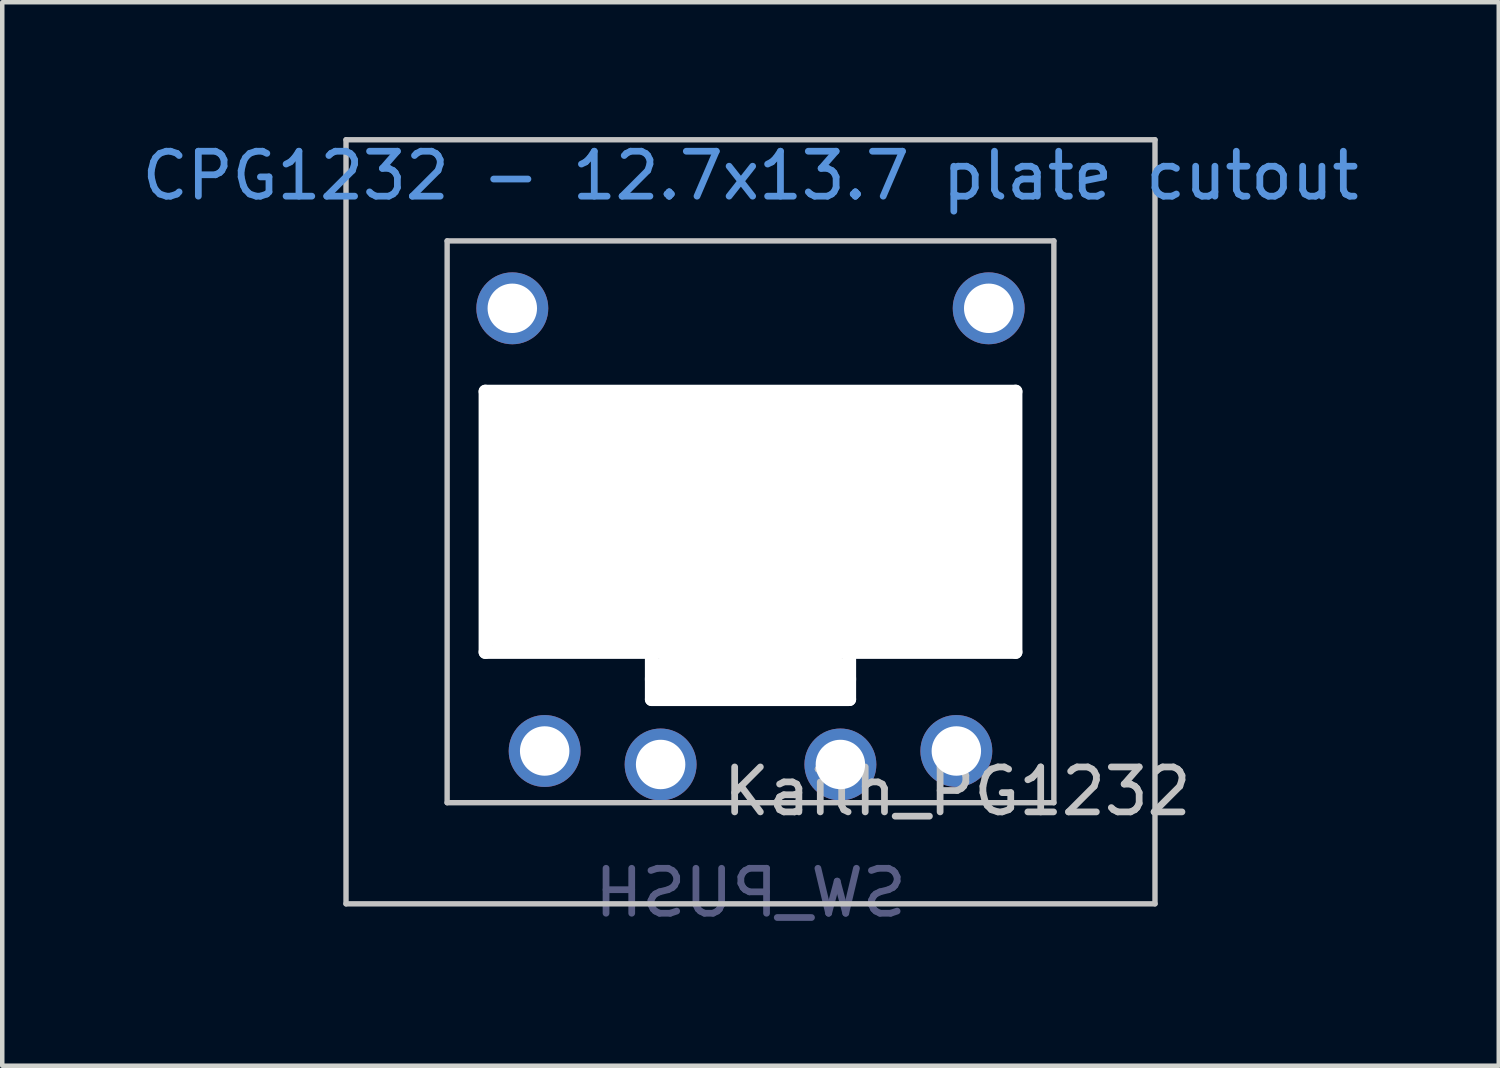
<source format=kicad_pcb>
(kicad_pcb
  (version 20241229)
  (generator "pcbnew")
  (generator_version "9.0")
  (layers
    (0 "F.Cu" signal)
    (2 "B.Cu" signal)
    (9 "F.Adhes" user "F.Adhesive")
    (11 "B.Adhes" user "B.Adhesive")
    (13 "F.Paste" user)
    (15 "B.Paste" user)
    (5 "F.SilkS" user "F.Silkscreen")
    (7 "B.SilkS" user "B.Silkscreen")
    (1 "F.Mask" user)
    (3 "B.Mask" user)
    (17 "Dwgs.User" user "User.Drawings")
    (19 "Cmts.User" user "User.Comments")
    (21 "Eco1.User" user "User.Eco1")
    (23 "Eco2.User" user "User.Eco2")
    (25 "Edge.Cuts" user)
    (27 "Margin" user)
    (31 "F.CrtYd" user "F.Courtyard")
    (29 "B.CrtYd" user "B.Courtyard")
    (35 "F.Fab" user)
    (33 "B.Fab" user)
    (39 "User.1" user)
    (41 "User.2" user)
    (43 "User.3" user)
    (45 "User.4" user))
  (footprint "Kailh_PG1232"
    (layer "F.Cu")
    (at 13.649 8.56)
    (property "Reference" "Kailh_PG1232" (at 4.6 6 180) (layer "Dwgs.User") (effects (font (size 1 1) (thickness 0.15))))
    (property "Value" "SW_PUSH" (at -0.5 6 180) (layer "Dwgs.User") (hide yes) (effects (font (size 1 1) (thickness 0.15))))
    (attr through_hole)
    (fp_line (start -9 -8.5) (end -9 8.5) (stroke (width 0.12) (type solid)) (layer "Dwgs.User"))
    (fp_line (start -9 8.5) (end 9 8.5) (stroke (width 0.12) (type solid)) (layer "Dwgs.User"))
    (fp_line (start -6.75 -6.25) (end 6.75 -6.25) (stroke (width 0.12) (type solid)) (layer "Dwgs.User"))
    (fp_line (start -6.75 6.25) (end -6.75 -6.25) (stroke (width 0.12) (type solid)) (layer "Dwgs.User"))
    (fp_line (start -5.95 -2.95) (end 5.95 -2.95) (stroke (width 0.12) (type solid)) (layer "Dwgs.User"))
    (fp_line (start -5.95 2.95) (end -5.95 -2.95) (stroke (width 0.12) (type solid)) (layer "Dwgs.User"))
    (fp_line (start -2.25 2.95) (end -5.95 2.95) (stroke (width 0.12) (type solid)) (layer "Dwgs.User"))
    (fp_line (start -2.25 2.95) (end -2.25 4) (stroke (width 0.12) (type solid)) (layer "Dwgs.User"))
    (fp_line (start -2.25 4) (end 2.25 4) (stroke (width 0.12) (type solid)) (layer "Dwgs.User"))
    (fp_line (start 2.25 2.95) (end 5.95 2.95) (stroke (width 0.12) (type solid)) (layer "Dwgs.User"))
    (fp_line (start 2.25 4) (end 2.25 2.95) (stroke (width 0.12) (type solid)) (layer "Dwgs.User"))
    (fp_line (start 5.95 -2.95) (end 5.95 2.95) (stroke (width 0.12) (type solid)) (layer "Dwgs.User"))
    (fp_line (start 6.75 -6.25) (end 6.75 6.25) (stroke (width 0.12) (type solid)) (layer "Dwgs.User"))
    (fp_line (start 6.75 6.25) (end -6.75 6.25) (stroke (width 0.12) (type solid)) (layer "Dwgs.User"))
    (fp_line (start 9 -8.5) (end -9 -8.5) (stroke (width 0.12) (type solid)) (layer "Dwgs.User"))
    (fp_line (start 9 8.5) (end 9 -8.5) (stroke (width 0.12) (type solid)) (layer "Dwgs.User"))
    (fp_text user "CPG1232 - 12.7x13.7 plate cutout" (at 0 -7.7 0) (layer "Cmts.User") (effects (font (size 1 1) (thickness 0.15))))
    (fp_text user "${VALUE}" (at 0 8.255 0) (layer "B.Fab") (effects (font (size 1 1) (thickness 0.15)) (justify mirror)))
    (fp_text user "${REFERENCE}" (at 0 0 180) (layer "F.Fab") (effects (font (size 1 1) (thickness 0.15))))
    (pad "" np_thru_hole oval (at -5.9 0 90) (size 6.1 0.3) (drill oval 6.1 0.3) (layers "*.Cu" "*.Mask"))
    (pad "" np_thru_hole oval (at -5.36 0) (size 1 5.9) (drill oval 1 5.9) (layers "*.Cu" "*.Mask"))
    (pad "" np_thru_hole oval (at -4.59 0) (size 1 5.9) (drill oval 1 5.9) (layers "*.Cu" "*.Mask"))
    (pad "" np_thru_hole oval (at -4.2 0) (size 1 5.9) (drill oval 1 5.9) (layers "*.Cu" "*.Mask"))
    (pad "" np_thru_hole oval (at -2.2 3.5 90) (size 1.2 0.3) (drill oval 1.2 0.3) (layers "*.Cu" "*.Mask"))
    (pad "" np_thru_hole oval (at 0 -2.9) (size 12.1 0.3) (drill oval 12.1 0.3) (layers "*.Cu" "*.Mask"))
    (pad "" np_thru_hole oval (at 0 0) (size 11.85 5.9) (drill oval 11.85 5.9) (layers "*.Cu" "*.Mask"))
    (pad "" np_thru_hole oval (at 0 2.9) (size 12.1 0.3) (drill oval 12.1 0.3) (layers "*.Cu" "*.Mask"))
    (pad "" np_thru_hole oval (at 0 3.5) (size 4.7 1) (drill oval 4.7 1) (layers "*.Cu" "*.Mask"))
    (pad "" np_thru_hole oval (at 0 3.95) (size 4.7 0.3) (drill oval 4.7 0.3) (layers "*.Cu" "*.Mask"))
    (pad "" np_thru_hole oval (at 2.2 3.5 90) (size 1.2 0.3) (drill oval 1.2 0.3) (layers "*.Cu" "*.Mask"))
    (pad "" np_thru_hole oval (at 4.2 0) (size 1 5.9) (drill oval 1 5.9) (layers "*.Cu" "*.Mask"))
    (pad "" np_thru_hole oval (at 4.59 0) (size 1 5.9) (drill oval 1 5.9) (layers "*.Cu" "*.Mask"))
    (pad "" np_thru_hole oval (at 5.36 0) (size 1 5.9) (drill oval 1 5.9) (layers "*.Cu" "*.Mask"))
    (pad "" np_thru_hole oval (at 5.9 0 90) (size 6.1 0.3) (drill oval 6.1 0.3) (layers "*.Cu" "*.Mask"))
    (pad "1" thru_hole circle (at -4.58 5.1) (size 1.6 1.6) (drill 1.1) (layers "*.Cu" "*.Mask"))
    (pad "1" thru_hole circle (at 4.58 5.1) (size 1.6 1.6) (drill 1.1) (layers "*.Cu" "*.Mask"))
    (pad "2" thru_hole circle (at -2 5.4) (size 1.6 1.6) (drill 1.1) (layers "*.Cu" "*.Mask"))
    (pad "2" thru_hole circle (at 2 5.4) (size 1.6 1.6) (drill 1.1) (layers "*.Cu" "*.Mask"))
    (pad "3" thru_hole circle (at 5.3 -4.75) (size 1.6 1.6) (drill 1.1) (layers "*.Cu" "*.Mask"))
    (pad "4" thru_hole circle (at -5.3 -4.75) (size 1.6 1.6) (drill 1.1) (layers "*.Cu" "*.Mask")))
  (gr_rect
    (start -3 -3)
    (end 30.298 20.663)
    (stroke (width 0.1) (type default))
    (fill no)
    (layer "Edge.Cuts")))
</source>
